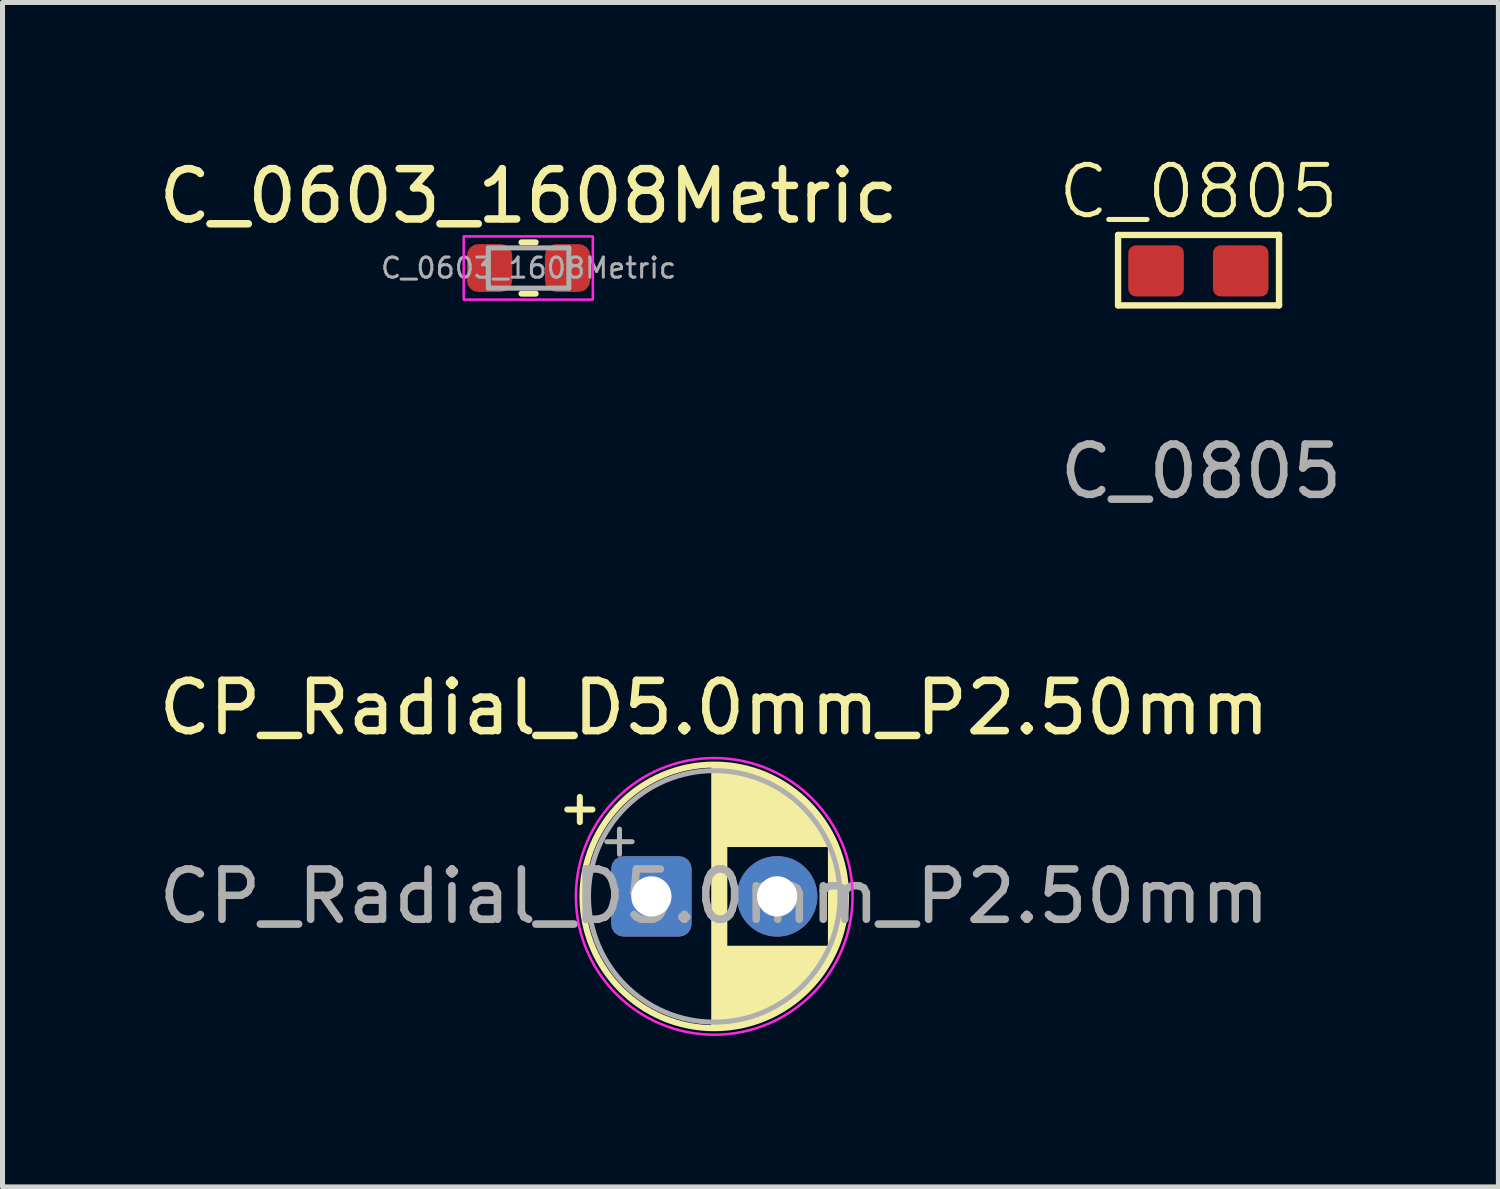
<source format=kicad_pcb>
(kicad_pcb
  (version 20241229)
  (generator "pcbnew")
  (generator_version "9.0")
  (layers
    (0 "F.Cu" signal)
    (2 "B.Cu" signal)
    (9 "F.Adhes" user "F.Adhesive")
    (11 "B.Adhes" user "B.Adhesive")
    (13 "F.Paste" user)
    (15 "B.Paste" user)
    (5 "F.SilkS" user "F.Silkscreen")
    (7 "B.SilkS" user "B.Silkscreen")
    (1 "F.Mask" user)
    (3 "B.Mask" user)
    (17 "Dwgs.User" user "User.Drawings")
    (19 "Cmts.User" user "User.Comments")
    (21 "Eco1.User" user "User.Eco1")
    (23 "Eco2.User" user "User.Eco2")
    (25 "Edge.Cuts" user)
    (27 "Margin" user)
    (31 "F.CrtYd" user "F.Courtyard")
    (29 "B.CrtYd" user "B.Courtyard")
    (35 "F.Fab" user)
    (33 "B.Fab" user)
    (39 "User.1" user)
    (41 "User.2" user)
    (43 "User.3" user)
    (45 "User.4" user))
  (footprint "CP_Radial_D5.0mm_P2.50mm"
    (layer "F.Cu")
    (at 9.899 14.77)
    (property "Reference" "CP_Radial_D5.0mm_P2.50mm" (at 1.25 -3.75 0) (layer "F.SilkS") (effects (font (size 1 1) (thickness 0.15))))
    (attr through_hole)
    (fp_line (start -1.672 -1.727) (end -1.172 -1.727) (stroke (width 0.12) (type solid)) (layer "F.SilkS"))
    (fp_line (start -1.422 -1.977) (end -1.422 -1.477) (stroke (width 0.12) (type solid)) (layer "F.SilkS"))
    (fp_line (start 1.25 -2.58) (end 1.25 2.58) (stroke (width 0.12) (type solid)) (layer "F.SilkS"))
    (fp_line (start 1.29 -2.58) (end 1.29 2.58) (stroke (width 0.12) (type solid)) (layer "F.SilkS"))
    (fp_line (start 1.33 -2.579) (end 1.33 2.579) (stroke (width 0.12) (type solid)) (layer "F.SilkS"))
    (fp_line (start 1.37 -2.577) (end 1.37 2.577) (stroke (width 0.12) (type solid)) (layer "F.SilkS"))
    (fp_line (start 1.41 -2.575) (end 1.41 2.575) (stroke (width 0.12) (type solid)) (layer "F.SilkS"))
    (fp_line (start 1.45 -2.572) (end 1.45 2.572) (stroke (width 0.12) (type solid)) (layer "F.SilkS"))
    (fp_line (start 1.49 -2.569) (end 1.49 -1.04) (stroke (width 0.12) (type solid)) (layer "F.SilkS"))
    (fp_line (start 1.49 1.04) (end 1.49 2.569) (stroke (width 0.12) (type solid)) (layer "F.SilkS"))
    (fp_line (start 1.53 -2.565) (end 1.53 -1.04) (stroke (width 0.12) (type solid)) (layer "F.SilkS"))
    (fp_line (start 1.53 1.04) (end 1.53 2.565) (stroke (width 0.12) (type solid)) (layer "F.SilkS"))
    (fp_line (start 1.57 -2.56) (end 1.57 -1.04) (stroke (width 0.12) (type solid)) (layer "F.SilkS"))
    (fp_line (start 1.57 1.04) (end 1.57 2.56) (stroke (width 0.12) (type solid)) (layer "F.SilkS"))
    (fp_line (start 1.61 -2.555) (end 1.61 -1.04) (stroke (width 0.12) (type solid)) (layer "F.SilkS"))
    (fp_line (start 1.61 1.04) (end 1.61 2.555) (stroke (width 0.12) (type solid)) (layer "F.SilkS"))
    (fp_line (start 1.65 -2.549) (end 1.65 -1.04) (stroke (width 0.12) (type solid)) (layer "F.SilkS"))
    (fp_line (start 1.65 1.04) (end 1.65 2.549) (stroke (width 0.12) (type solid)) (layer "F.SilkS"))
    (fp_line (start 1.69 -2.543) (end 1.69 -1.04) (stroke (width 0.12) (type solid)) (layer "F.SilkS"))
    (fp_line (start 1.69 1.04) (end 1.69 2.543) (stroke (width 0.12) (type solid)) (layer "F.SilkS"))
    (fp_line (start 1.73 -2.536) (end 1.73 -1.04) (stroke (width 0.12) (type solid)) (layer "F.SilkS"))
    (fp_line (start 1.73 1.04) (end 1.73 2.536) (stroke (width 0.12) (type solid)) (layer "F.SilkS"))
    (fp_line (start 1.77 -2.528) (end 1.77 -1.04) (stroke (width 0.12) (type solid)) (layer "F.SilkS"))
    (fp_line (start 1.77 1.04) (end 1.77 2.528) (stroke (width 0.12) (type solid)) (layer "F.SilkS"))
    (fp_line (start 1.81 -2.519) (end 1.81 -1.04) (stroke (width 0.12) (type solid)) (layer "F.SilkS"))
    (fp_line (start 1.81 1.04) (end 1.81 2.519) (stroke (width 0.12) (type solid)) (layer "F.SilkS"))
    (fp_line (start 1.85 -2.51) (end 1.85 -1.04) (stroke (width 0.12) (type solid)) (layer "F.SilkS"))
    (fp_line (start 1.85 1.04) (end 1.85 2.51) (stroke (width 0.12) (type solid)) (layer "F.SilkS"))
    (fp_line (start 1.89 -2.501) (end 1.89 -1.04) (stroke (width 0.12) (type solid)) (layer "F.SilkS"))
    (fp_line (start 1.89 1.04) (end 1.89 2.501) (stroke (width 0.12) (type solid)) (layer "F.SilkS"))
    (fp_line (start 1.93 -2.49) (end 1.93 -1.04) (stroke (width 0.12) (type solid)) (layer "F.SilkS"))
    (fp_line (start 1.93 1.04) (end 1.93 2.49) (stroke (width 0.12) (type solid)) (layer "F.SilkS"))
    (fp_line (start 1.97 -2.479) (end 1.97 -1.04) (stroke (width 0.12) (type solid)) (layer "F.SilkS"))
    (fp_line (start 1.97 1.04) (end 1.97 2.479) (stroke (width 0.12) (type solid)) (layer "F.SilkS"))
    (fp_line (start 2.01 -2.467) (end 2.01 -1.04) (stroke (width 0.12) (type solid)) (layer "F.SilkS"))
    (fp_line (start 2.01 1.04) (end 2.01 2.467) (stroke (width 0.12) (type solid)) (layer "F.SilkS"))
    (fp_line (start 2.05 -2.455) (end 2.05 -1.04) (stroke (width 0.12) (type solid)) (layer "F.SilkS"))
    (fp_line (start 2.05 1.04) (end 2.05 2.455) (stroke (width 0.12) (type solid)) (layer "F.SilkS"))
    (fp_line (start 2.09 -2.442) (end 2.09 -1.04) (stroke (width 0.12) (type solid)) (layer "F.SilkS"))
    (fp_line (start 2.09 1.04) (end 2.09 2.442) (stroke (width 0.12) (type solid)) (layer "F.SilkS"))
    (fp_line (start 2.13 -2.428) (end 2.13 -1.04) (stroke (width 0.12) (type solid)) (layer "F.SilkS"))
    (fp_line (start 2.13 1.04) (end 2.13 2.428) (stroke (width 0.12) (type solid)) (layer "F.SilkS"))
    (fp_line (start 2.17 -2.413) (end 2.17 -1.04) (stroke (width 0.12) (type solid)) (layer "F.SilkS"))
    (fp_line (start 2.17 1.04) (end 2.17 2.413) (stroke (width 0.12) (type solid)) (layer "F.SilkS"))
    (fp_line (start 2.21 -2.398) (end 2.21 -1.04) (stroke (width 0.12) (type solid)) (layer "F.SilkS"))
    (fp_line (start 2.21 1.04) (end 2.21 2.398) (stroke (width 0.12) (type solid)) (layer "F.SilkS"))
    (fp_line (start 2.25 -2.382) (end 2.25 -1.04) (stroke (width 0.12) (type solid)) (layer "F.SilkS"))
    (fp_line (start 2.25 1.04) (end 2.25 2.382) (stroke (width 0.12) (type solid)) (layer "F.SilkS"))
    (fp_line (start 2.29 -2.365) (end 2.29 -1.04) (stroke (width 0.12) (type solid)) (layer "F.SilkS"))
    (fp_line (start 2.29 1.04) (end 2.29 2.365) (stroke (width 0.12) (type solid)) (layer "F.SilkS"))
    (fp_line (start 2.33 -2.347) (end 2.33 -1.04) (stroke (width 0.12) (type solid)) (layer "F.SilkS"))
    (fp_line (start 2.33 1.04) (end 2.33 2.347) (stroke (width 0.12) (type solid)) (layer "F.SilkS"))
    (fp_line (start 2.37 -2.329) (end 2.37 -1.04) (stroke (width 0.12) (type solid)) (layer "F.SilkS"))
    (fp_line (start 2.37 1.04) (end 2.37 2.329) (stroke (width 0.12) (type solid)) (layer "F.SilkS"))
    (fp_line (start 2.41 -2.309) (end 2.41 -1.04) (stroke (width 0.12) (type solid)) (layer "F.SilkS"))
    (fp_line (start 2.41 1.04) (end 2.41 2.309) (stroke (width 0.12) (type solid)) (layer "F.SilkS"))
    (fp_line (start 2.45 -2.289) (end 2.45 -1.04) (stroke (width 0.12) (type solid)) (layer "F.SilkS"))
    (fp_line (start 2.45 1.04) (end 2.45 2.289) (stroke (width 0.12) (type solid)) (layer "F.SilkS"))
    (fp_line (start 2.49 -2.268) (end 2.49 -1.04) (stroke (width 0.12) (type solid)) (layer "F.SilkS"))
    (fp_line (start 2.49 1.04) (end 2.49 2.268) (stroke (width 0.12) (type solid)) (layer "F.SilkS"))
    (fp_line (start 2.53 -2.246) (end 2.53 -1.04) (stroke (width 0.12) (type solid)) (layer "F.SilkS"))
    (fp_line (start 2.53 1.04) (end 2.53 2.246) (stroke (width 0.12) (type solid)) (layer "F.SilkS"))
    (fp_line (start 2.57 -2.223) (end 2.57 -1.04) (stroke (width 0.12) (type solid)) (layer "F.SilkS"))
    (fp_line (start 2.57 1.04) (end 2.57 2.223) (stroke (width 0.12) (type solid)) (layer "F.SilkS"))
    (fp_line (start 2.61 -2.199) (end 2.61 -1.04) (stroke (width 0.12) (type solid)) (layer "F.SilkS"))
    (fp_line (start 2.61 1.04) (end 2.61 2.199) (stroke (width 0.12) (type solid)) (layer "F.SilkS"))
    (fp_line (start 2.65 -2.175) (end 2.65 -1.04) (stroke (width 0.12) (type solid)) (layer "F.SilkS"))
    (fp_line (start 2.65 1.04) (end 2.65 2.175) (stroke (width 0.12) (type solid)) (layer "F.SilkS"))
    (fp_line (start 2.69 -2.149) (end 2.69 -1.04) (stroke (width 0.12) (type solid)) (layer "F.SilkS"))
    (fp_line (start 2.69 1.04) (end 2.69 2.149) (stroke (width 0.12) (type solid)) (layer "F.SilkS"))
    (fp_line (start 2.73 -2.122) (end 2.73 -1.04) (stroke (width 0.12) (type solid)) (layer "F.SilkS"))
    (fp_line (start 2.73 1.04) (end 2.73 2.122) (stroke (width 0.12) (type solid)) (layer "F.SilkS"))
    (fp_line (start 2.77 -2.094) (end 2.77 -1.04) (stroke (width 0.12) (type solid)) (layer "F.SilkS"))
    (fp_line (start 2.77 1.04) (end 2.77 2.094) (stroke (width 0.12) (type solid)) (layer "F.SilkS"))
    (fp_line (start 2.81 -2.065) (end 2.81 -1.04) (stroke (width 0.12) (type solid)) (layer "F.SilkS"))
    (fp_line (start 2.81 1.04) (end 2.81 2.065) (stroke (width 0.12) (type solid)) (layer "F.SilkS"))
    (fp_line (start 2.85 -2.035) (end 2.85 -1.04) (stroke (width 0.12) (type solid)) (layer "F.SilkS"))
    (fp_line (start 2.85 1.04) (end 2.85 2.035) (stroke (width 0.12) (type solid)) (layer "F.SilkS"))
    (fp_line (start 2.89 -2.003) (end 2.89 -1.04) (stroke (width 0.12) (type solid)) (layer "F.SilkS"))
    (fp_line (start 2.89 1.04) (end 2.89 2.003) (stroke (width 0.12) (type solid)) (layer "F.SilkS"))
    (fp_line (start 2.93 -1.97) (end 2.93 -1.04) (stroke (width 0.12) (type solid)) (layer "F.SilkS"))
    (fp_line (start 2.93 1.04) (end 2.93 1.97) (stroke (width 0.12) (type solid)) (layer "F.SilkS"))
    (fp_line (start 2.97 -1.936) (end 2.97 -1.04) (stroke (width 0.12) (type solid)) (layer "F.SilkS"))
    (fp_line (start 2.97 1.04) (end 2.97 1.936) (stroke (width 0.12) (type solid)) (layer "F.SilkS"))
    (fp_line (start 3.01 -1.901) (end 3.01 -1.04) (stroke (width 0.12) (type solid)) (layer "F.SilkS"))
    (fp_line (start 3.01 1.04) (end 3.01 1.901) (stroke (width 0.12) (type solid)) (layer "F.SilkS"))
    (fp_line (start 3.05 -1.864) (end 3.05 -1.04) (stroke (width 0.12) (type solid)) (layer "F.SilkS"))
    (fp_line (start 3.05 1.04) (end 3.05 1.864) (stroke (width 0.12) (type solid)) (layer "F.SilkS"))
    (fp_line (start 3.09 -1.825) (end 3.09 -1.04) (stroke (width 0.12) (type solid)) (layer "F.SilkS"))
    (fp_line (start 3.09 1.04) (end 3.09 1.825) (stroke (width 0.12) (type solid)) (layer "F.SilkS"))
    (fp_line (start 3.13 -1.785) (end 3.13 -1.04) (stroke (width 0.12) (type solid)) (layer "F.SilkS"))
    (fp_line (start 3.13 1.04) (end 3.13 1.785) (stroke (width 0.12) (type solid)) (layer "F.SilkS"))
    (fp_line (start 3.17 -1.743) (end 3.17 -1.04) (stroke (width 0.12) (type solid)) (layer "F.SilkS"))
    (fp_line (start 3.17 1.04) (end 3.17 1.743) (stroke (width 0.12) (type solid)) (layer "F.SilkS"))
    (fp_line (start 3.21 -1.699) (end 3.21 -1.04) (stroke (width 0.12) (type solid)) (layer "F.SilkS"))
    (fp_line (start 3.21 1.04) (end 3.21 1.699) (stroke (width 0.12) (type solid)) (layer "F.SilkS"))
    (fp_line (start 3.25 -1.652) (end 3.25 -1.04) (stroke (width 0.12) (type solid)) (layer "F.SilkS"))
    (fp_line (start 3.25 1.04) (end 3.25 1.652) (stroke (width 0.12) (type solid)) (layer "F.SilkS"))
    (fp_line (start 3.29 -1.604) (end 3.29 -1.04) (stroke (width 0.12) (type solid)) (layer "F.SilkS"))
    (fp_line (start 3.29 1.04) (end 3.29 1.604) (stroke (width 0.12) (type solid)) (layer "F.SilkS"))
    (fp_line (start 3.33 -1.553) (end 3.33 -1.04) (stroke (width 0.12) (type solid)) (layer "F.SilkS"))
    (fp_line (start 3.33 1.04) (end 3.33 1.553) (stroke (width 0.12) (type solid)) (layer "F.SilkS"))
    (fp_line (start 3.37 -1.499) (end 3.37 -1.04) (stroke (width 0.12) (type solid)) (layer "F.SilkS"))
    (fp_line (start 3.37 1.04) (end 3.37 1.499) (stroke (width 0.12) (type solid)) (layer "F.SilkS"))
    (fp_line (start 3.41 -1.443) (end 3.41 -1.04) (stroke (width 0.12) (type solid)) (layer "F.SilkS"))
    (fp_line (start 3.41 1.04) (end 3.41 1.443) (stroke (width 0.12) (type solid)) (layer "F.SilkS"))
    (fp_line (start 3.45 -1.383) (end 3.45 -1.04) (stroke (width 0.12) (type solid)) (layer "F.SilkS"))
    (fp_line (start 3.45 1.04) (end 3.45 1.383) (stroke (width 0.12) (type solid)) (layer "F.SilkS"))
    (fp_line (start 3.49 -1.319) (end 3.49 -1.04) (stroke (width 0.12) (type solid)) (layer "F.SilkS"))
    (fp_line (start 3.49 1.04) (end 3.49 1.319) (stroke (width 0.12) (type solid)) (layer "F.SilkS"))
    (fp_line (start 3.53 -1.251) (end 3.53 -1.04) (stroke (width 0.12) (type solid)) (layer "F.SilkS"))
    (fp_line (start 3.53 1.04) (end 3.53 1.251) (stroke (width 0.12) (type solid)) (layer "F.SilkS"))
    (fp_line (start 3.57 -1.177) (end 3.57 1.177) (stroke (width 0.12) (type solid)) (layer "F.SilkS"))
    (fp_line (start 3.61 -1.098) (end 3.61 1.098) (stroke (width 0.12) (type solid)) (layer "F.SilkS"))
    (fp_line (start 3.65 -1.011) (end 3.65 1.011) (stroke (width 0.12) (type solid)) (layer "F.SilkS"))
    (fp_line (start 3.69 -0.914) (end 3.69 0.914) (stroke (width 0.12) (type solid)) (layer "F.SilkS"))
    (fp_line (start 3.73 -0.805) (end 3.73 0.805) (stroke (width 0.12) (type solid)) (layer "F.SilkS"))
    (fp_line (start 3.77 -0.677) (end 3.77 0.677) (stroke (width 0.12) (type solid)) (layer "F.SilkS"))
    (fp_line (start 3.81 -0.517) (end 3.81 0.517) (stroke (width 0.12) (type solid)) (layer "F.SilkS"))
    (fp_line (start 3.85 -0.283) (end 3.85 0.283) (stroke (width 0.12) (type solid)) (layer "F.SilkS"))
    (fp_circle (center 1.25 0) (end 3.87 0) (stroke (width 0.12) (type solid)) (fill no) (layer "F.SilkS"))
    (fp_circle (center 1.25 0) (end 4 0) (stroke (width 0.05) (type solid)) (fill no) (layer "F.CrtYd"))
    (fp_line (start -0.884 -1.087) (end -0.384 -1.087) (stroke (width 0.1) (type solid)) (layer "F.Fab"))
    (fp_line (start -0.634 -1.337) (end -0.634 -0.838) (stroke (width 0.1) (type solid)) (layer "F.Fab"))
    (fp_circle (center 1.25 0) (end 3.75 0) (stroke (width 0.1) (type solid)) (fill no) (layer "F.Fab"))
    (fp_text user "${REFERENCE}" (at 1.25 0 0) (layer "F.Fab") (effects (font (size 1 1) (thickness 0.15))))
    (pad "1" thru_hole roundrect (at 0 0) (size 1.6 1.6) (drill 0.8) (layers "*.Cu" "*.Mask") (roundrect_rratio 0.156))
    (pad "2" thru_hole circle (at 2.5 0) (size 1.6 1.6) (drill 0.8) (layers "*.Cu" "*.Mask")))
  (footprint "C_0805"
    (layer "F.Cu")
    (at 20.802 2.335)
    (property "Reference" "C_0805" (at -0.025 -1.575 0) (unlocked yes) (layer "F.SilkS") (effects (font (size 1 1) (thickness 0.1))))
    (attr smd)
    (fp_line (start -1.625 -0.714) (end -1.625 0.686) (stroke (width 0.127) (type solid)) (layer "F.SilkS"))
    (fp_line (start -1.625 0.686) (end 1.575 0.686) (stroke (width 0.127) (type solid)) (layer "F.SilkS"))
    (fp_line (start 1.575 -0.714) (end -1.625 -0.714) (stroke (width 0.127) (type solid)) (layer "F.SilkS"))
    (fp_line (start 1.575 0.686) (end 1.575 -0.714) (stroke (width 0.127) (type solid)) (layer "F.SilkS"))
    (fp_text user "${REFERENCE}" (at 0.025 3.988 0) (unlocked yes) (layer "F.Fab") (effects (font (size 1 1) (thickness 0.15))))
    (pad "1" smd roundrect (at -0.87 0) (size 1.105 1.016) (layers "F.Cu" "F.Mask" "F.Paste") (roundrect_rratio 0.15))
    (pad "2" smd roundrect (at 0.813 0) (size 1.105 1.016) (layers "F.Cu" "F.Mask" "F.Paste") (roundrect_rratio 0.15)))
  (footprint "C_0603_1608Metric"
    (layer "F.Cu")
    (at 7.458 2.278)
    (property "Reference" "C_0603_1608Metric" (at 0 -1.43 0) (layer "F.SilkS") (effects (font (size 1 1) (thickness 0.15))))
    (attr smd)
    (fp_line (start -0.141 -0.51) (end 0.141 -0.51) (stroke (width 0.12) (type solid)) (layer "F.SilkS"))
    (fp_line (start -0.141 0.51) (end 0.141 0.51) (stroke (width 0.12) (type solid)) (layer "F.SilkS"))
    (fp_rect (start -1.29 -0.628) (end 1.277 0.628) (stroke (width 0.05) (type default)) (fill no) (layer "F.CrtYd"))
    (fp_line (start -0.8 -0.4) (end 0.8 -0.4) (stroke (width 0.1) (type solid)) (layer "F.Fab"))
    (fp_line (start -0.8 0.4) (end -0.8 -0.4) (stroke (width 0.1) (type solid)) (layer "F.Fab"))
    (fp_line (start 0.8 -0.4) (end 0.8 0.4) (stroke (width 0.1) (type solid)) (layer "F.Fab"))
    (fp_line (start 0.8 0.4) (end -0.8 0.4) (stroke (width 0.1) (type solid)) (layer "F.Fab"))
    (fp_text user "${REFERENCE}" (at 0 0 0) (layer "F.Fab") (effects (font (size 0.4 0.4) (thickness 0.06))))
    (pad "1" smd roundrect (at -0.775 0) (size 0.9 0.95) (layers "F.Cu" "F.Mask" "F.Paste") (roundrect_rratio 0.25))
    (pad "2" smd roundrect (at 0.775 0) (size 0.9 0.95) (layers "F.Cu" "F.Mask" "F.Paste") (roundrect_rratio 0.25)))
  (gr_rect
    (start -3 -3)
    (end 26.738 20.545)
    (stroke (width 0.1) (type default))
    (fill no)
    (layer "Edge.Cuts")))
</source>
